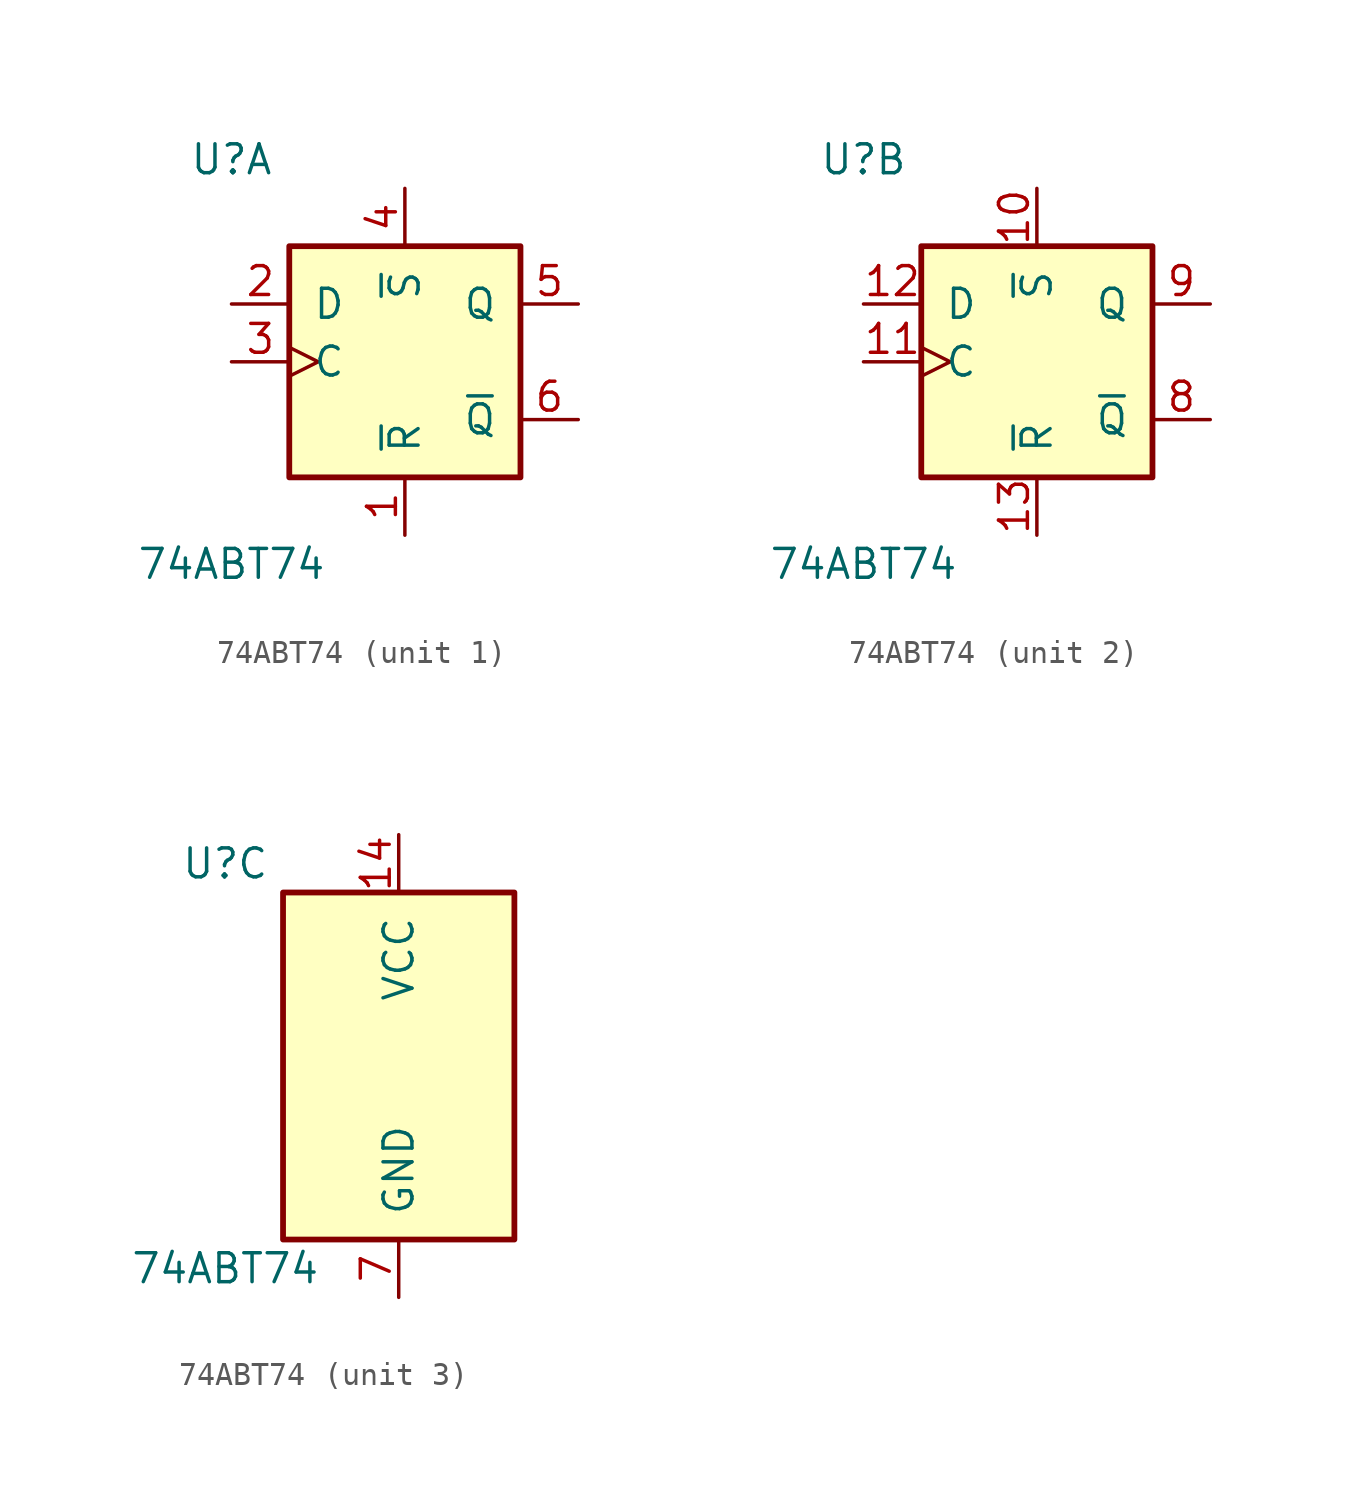
<source format=kicad_sym>
(kicad_symbol_lib
  (version 20241209)
  (generator "kicad_symbol_editor")
  (generator_version "9.0")
  (symbol "74ABT74"
    (pin_names
      (offset 1.016))
    (property "Reference" "U"
      (at -7.62 8.89 0)
      (effects (font (size 1.27 1.27))))
    (property "Value" "74ABT74"
      (at -7.62 -8.89 0)
      (effects (font (size 1.27 1.27))))
    (property "ki_locked" ""
      (at 0 0 0)
      (effects (font (size 1.27 1.27))))
    (symbol "74ABT74_1_0"
      (pin input line (at -7.62 2.54 0) (length 2.54) (name "D" (effects (font (size 1.27 1.27)))) (number "2" (effects (font (size 1.27 1.27)))))
      (pin input clock (at -7.62 0 0) (length 2.54) (name "C" (effects (font (size 1.27 1.27)))) (number "3" (effects (font (size 1.27 1.27)))))
      (pin input line (at 0 7.62 270) (length 2.54) (name "~{S}" (effects (font (size 1.27 1.27)))) (number "4" (effects (font (size 1.27 1.27)))))
      (pin input line (at 0 -7.62 90) (length 2.54) (name "~{R}" (effects (font (size 1.27 1.27)))) (number "1" (effects (font (size 1.27 1.27)))))
      (pin output line (at 7.62 2.54 180) (length 2.54) (name "Q" (effects (font (size 1.27 1.27)))) (number "5" (effects (font (size 1.27 1.27)))))
      (pin output line (at 7.62 -2.54 180) (length 2.54) (name "~{Q}" (effects (font (size 1.27 1.27)))) (number "6" (effects (font (size 1.27 1.27))))))
    (symbol "74ABT74_1_1"
      (rectangle (start -5.08 5.08) (end 5.08 -5.08) (stroke (width 0.254) (type default)) (fill (type background))))
    (symbol "74ABT74_2_0"
      (pin input line (at -7.62 2.54 0) (length 2.54) (name "D" (effects (font (size 1.27 1.27)))) (number "12" (effects (font (size 1.27 1.27)))))
      (pin input clock (at -7.62 0 0) (length 2.54) (name "C" (effects (font (size 1.27 1.27)))) (number "11" (effects (font (size 1.27 1.27)))))
      (pin input line (at 0 7.62 270) (length 2.54) (name "~{S}" (effects (font (size 1.27 1.27)))) (number "10" (effects (font (size 1.27 1.27)))))
      (pin input line (at 0 -7.62 90) (length 2.54) (name "~{R}" (effects (font (size 1.27 1.27)))) (number "13" (effects (font (size 1.27 1.27)))))
      (pin output line (at 7.62 2.54 180) (length 2.54) (name "Q" (effects (font (size 1.27 1.27)))) (number "9" (effects (font (size 1.27 1.27)))))
      (pin output line (at 7.62 -2.54 180) (length 2.54) (name "~{Q}" (effects (font (size 1.27 1.27)))) (number "8" (effects (font (size 1.27 1.27))))))
    (symbol "74ABT74_2_1"
      (rectangle (start -5.08 5.08) (end 5.08 -5.08) (stroke (width 0.254) (type default)) (fill (type background))))
    (symbol "74ABT74_3_0"
      (pin power_in line (at 0 10.16 270) (length 2.54) (name "VCC" (effects (font (size 1.27 1.27)))) (number "14" (effects (font (size 1.27 1.27)))))
      (pin power_in line (at 0 -10.16 90) (length 2.54) (name "GND" (effects (font (size 1.27 1.27)))) (number "7" (effects (font (size 1.27 1.27))))))
    (symbol "74ABT74_3_1"
      (rectangle (start -5.08 7.62) (end 5.08 -7.62) (stroke (width 0.254) (type default)) (fill (type background))))))
</source>
